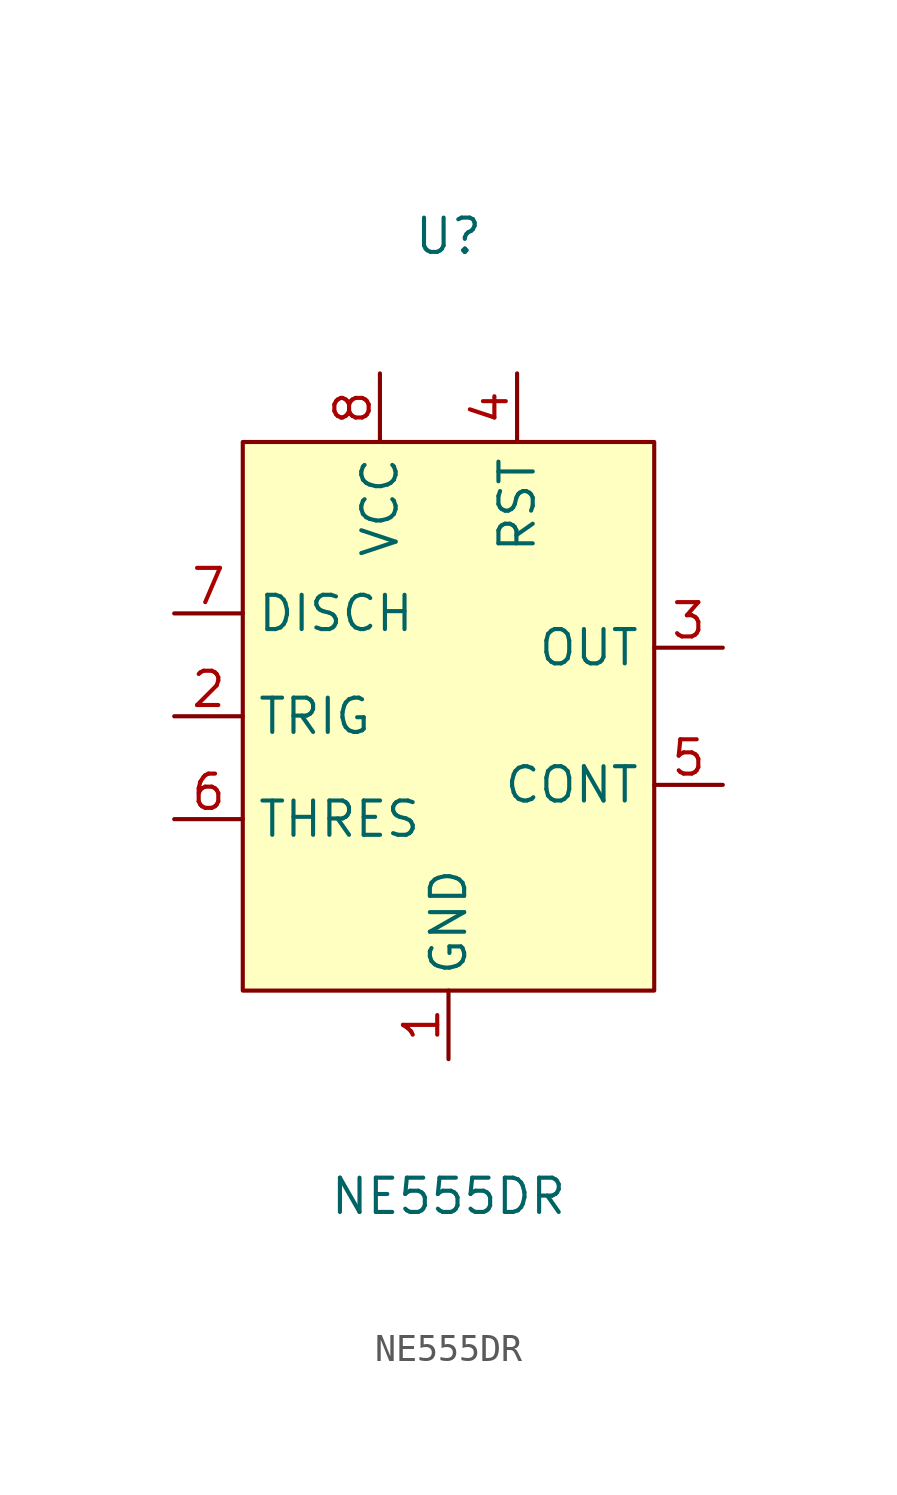
<source format=kicad_sym>
(kicad_symbol_lib
  (version 20211014)
  (generator https://github.com/uPesy/easyeda2kicad.py)
  (symbol "NE555DR"
    (property "Reference" "U"
      (at 0 17.78 0)
      (effects (font (size 1.27 1.27))))
    (property "Value" "NE555DR"
      (at 0 -17.78 0)
      (effects (font (size 1.27 1.27))))
    (symbol "NE555DR_0_1"
      (rectangle (start -7.62 10.16) (end 7.62 -10.16) (stroke (width 0) (type default) (color 0 0 0 0)) (fill (type background)))
      (pin unspecified line (at -2.54 12.70 270) (length 2.54) (name "VCC" (effects (font (size 1.27 1.27)))) (number "8" (effects (font (size 1.27 1.27)))))
      (pin unspecified line (at -10.16 3.81 0) (length 2.54) (name "DISCH" (effects (font (size 1.27 1.27)))) (number "7" (effects (font (size 1.27 1.27)))))
      (pin unspecified line (at -10.16 -3.81 0) (length 2.54) (name "THRES" (effects (font (size 1.27 1.27)))) (number "6" (effects (font (size 1.27 1.27)))))
      (pin unspecified line (at 10.16 -2.54 180) (length 2.54) (name "CONT" (effects (font (size 1.27 1.27)))) (number "5" (effects (font (size 1.27 1.27)))))
      (pin unspecified line (at 2.54 12.70 270) (length 2.54) (name "RST" (effects (font (size 1.27 1.27)))) (number "4" (effects (font (size 1.27 1.27)))))
      (pin unspecified line (at 10.16 2.54 180) (length 2.54) (name "OUT" (effects (font (size 1.27 1.27)))) (number "3" (effects (font (size 1.27 1.27)))))
      (pin unspecified line (at -10.16 -0.00 0) (length 2.54) (name "TRIG" (effects (font (size 1.27 1.27)))) (number "2" (effects (font (size 1.27 1.27)))))
      (pin unspecified line (at 0.00 -12.70 90) (length 2.54) (name "GND" (effects (font (size 1.27 1.27)))) (number "1" (effects (font (size 1.27 1.27))))))))
</source>
